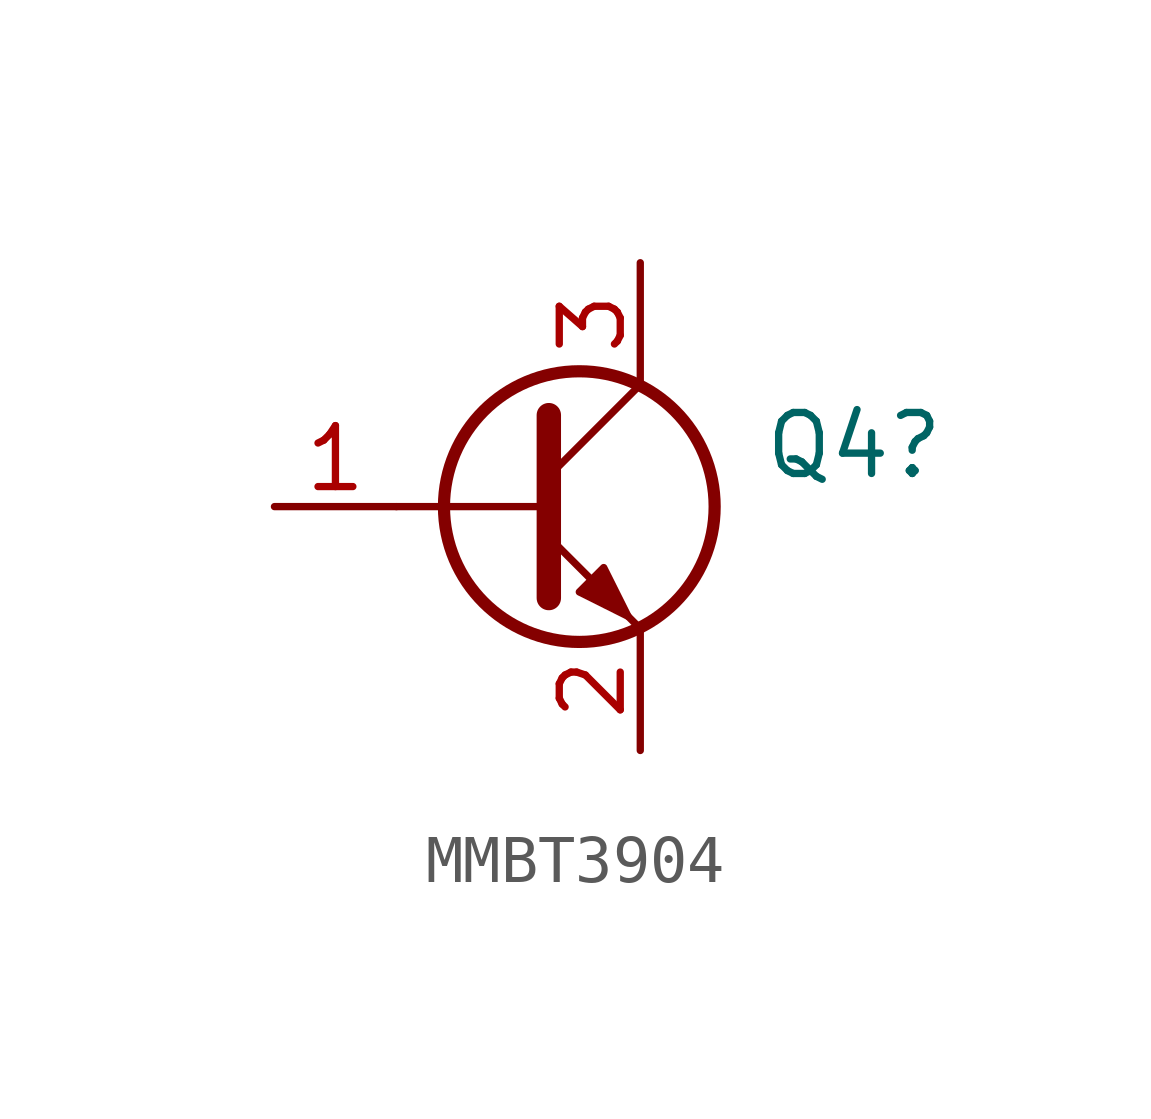
<source format=kicad_sym>
(kicad_symbol_lib
  (version 20241209)
  (generator "kicad_symbol_editor")
  (generator_version "9.0")
  (symbol "MMBT3904"
    (pin_names
      (offset 0)
      (hide yes))
    (property "Reference" "Q4"
      (at 5.08 1.27 0)
      (effects (font (size 1.27 1.27)) (justify left)))
    (symbol "MMBT3904_0_1"
      (polyline (pts (xy -2.54 0) (xy 0.635 0)) (stroke (width 0) (type default)) (fill (type none)))
      (polyline (pts (xy 0.635 1.905) (xy 0.635 -1.905)) (stroke (width 0.508) (type default)) (fill (type none)))
      (circle (center 1.27 0) (radius 2.819) (stroke (width 0.254) (type default)) (fill (type none))))
    (symbol "MMBT3904_1_1"
      (polyline (pts (xy 0.635 0.635) (xy 2.54 2.54)) (stroke (width 0) (type default)) (fill (type none)))
      (polyline (pts (xy 0.635 -0.635) (xy 2.54 -2.54)) (stroke (width 0) (type default)) (fill (type none)))
      (polyline (pts (xy 1.27 -1.778) (xy 1.778 -1.27) (xy 2.286 -2.286) (xy 1.27 -1.778)) (stroke (width 0) (type default)) (fill (type outline)))
      (pin input line (at -5.08 0 0) (length 2.54) (name "B" (effects (font (size 1.27 1.27)))) (number "1" (effects (font (size 1.27 1.27)))))
      (pin passive line (at 2.54 5.08 270) (length 2.54) (name "C" (effects (font (size 1.27 1.27)))) (number "3" (effects (font (size 1.27 1.27)))))
      (pin passive line (at 2.54 -5.08 90) (length 2.54) (name "E" (effects (font (size 1.27 1.27)))) (number "2" (effects (font (size 1.27 1.27))))))))
</source>
